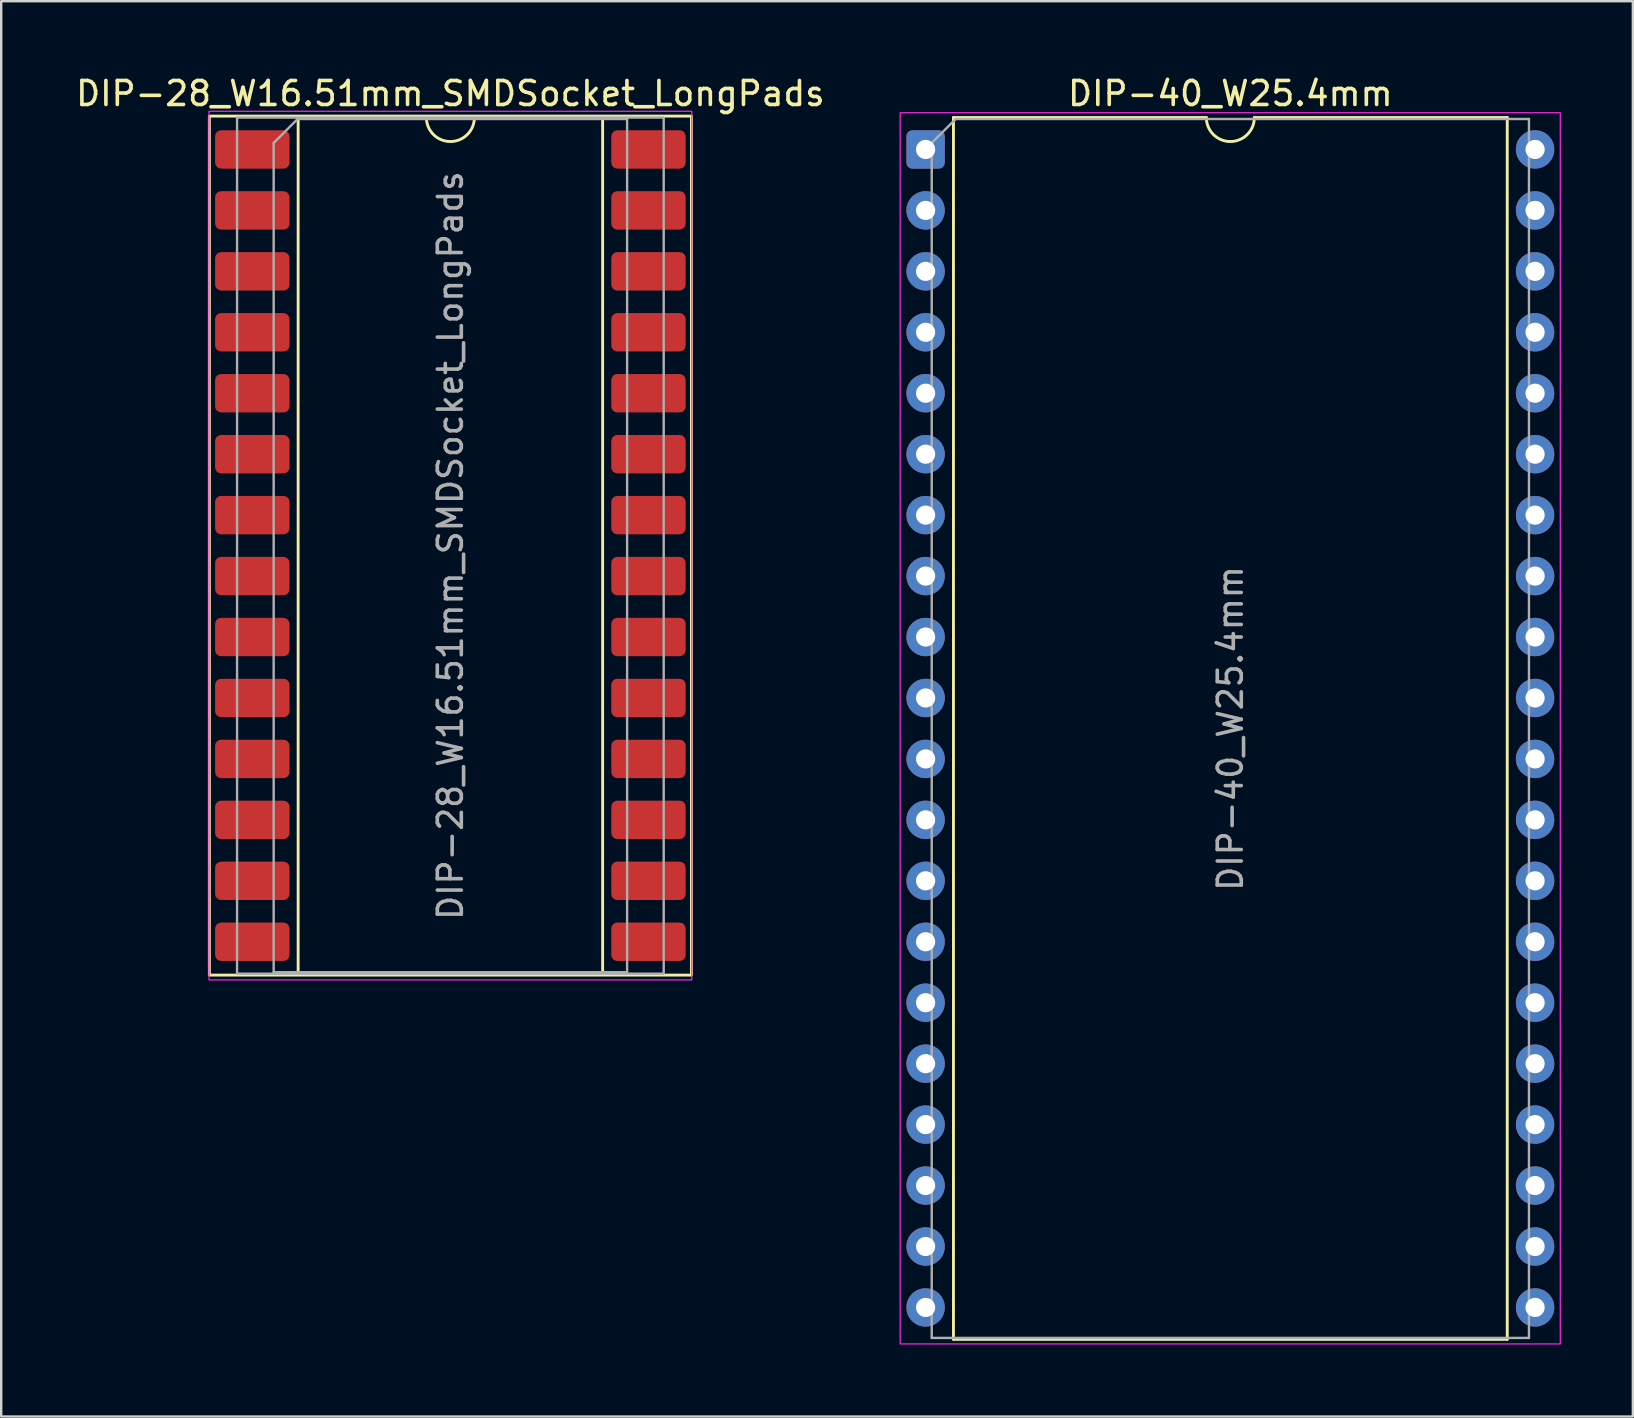
<source format=kicad_pcb>
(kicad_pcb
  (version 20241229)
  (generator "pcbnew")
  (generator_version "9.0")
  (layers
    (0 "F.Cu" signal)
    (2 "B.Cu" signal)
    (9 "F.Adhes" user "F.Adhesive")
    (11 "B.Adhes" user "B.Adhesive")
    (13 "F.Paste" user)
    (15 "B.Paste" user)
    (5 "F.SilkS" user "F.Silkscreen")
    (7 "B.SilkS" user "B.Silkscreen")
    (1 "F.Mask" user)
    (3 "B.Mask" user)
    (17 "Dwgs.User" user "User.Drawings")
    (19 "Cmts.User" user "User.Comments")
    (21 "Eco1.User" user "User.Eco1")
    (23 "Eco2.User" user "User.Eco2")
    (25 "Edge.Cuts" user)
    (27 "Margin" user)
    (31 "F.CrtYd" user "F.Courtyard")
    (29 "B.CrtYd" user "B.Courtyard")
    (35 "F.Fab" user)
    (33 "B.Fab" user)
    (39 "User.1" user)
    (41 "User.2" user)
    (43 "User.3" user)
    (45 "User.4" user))
  (footprint "DIP-40_W25.4mm"
    (layer "F.Cu")
    (at 35.525 3.178)
    (property "Reference" "DIP-40_W25.4mm" (at 12.7 -2.33 0) (layer "F.SilkS") (effects (font (size 1 1) (thickness 0.15))))
    (attr through_hole)
    (fp_line (start 1.16 -1.33) (end 1.16 49.59) (stroke (width 0.12) (type solid)) (layer "F.SilkS"))
    (fp_line (start 1.16 49.59) (end 24.24 49.59) (stroke (width 0.12) (type solid)) (layer "F.SilkS"))
    (fp_line (start 11.7 -1.33) (end 1.16 -1.33) (stroke (width 0.12) (type solid)) (layer "F.SilkS"))
    (fp_line (start 24.24 -1.33) (end 13.7 -1.33) (stroke (width 0.12) (type solid)) (layer "F.SilkS"))
    (fp_line (start 24.24 49.59) (end 24.24 -1.33) (stroke (width 0.12) (type solid)) (layer "F.SilkS"))
    (fp_arc (start 13.7 -1.33) (mid 12.7 -0.33) (end 11.7 -1.33) (stroke (width 0.12) (type solid)) (layer "F.SilkS"))
    (fp_rect (start -1.06 -1.53) (end 26.45 49.78) (stroke (width 0.05) (type solid)) (fill no) (layer "F.CrtYd"))
    (fp_line (start 0.255 -0.27) (end 1.255 -1.27) (stroke (width 0.1) (type solid)) (layer "F.Fab"))
    (fp_line (start 0.255 49.53) (end 0.255 -0.27) (stroke (width 0.1) (type solid)) (layer "F.Fab"))
    (fp_line (start 1.255 -1.27) (end 25.145 -1.27) (stroke (width 0.1) (type solid)) (layer "F.Fab"))
    (fp_line (start 25.145 -1.27) (end 25.145 49.53) (stroke (width 0.1) (type solid)) (layer "F.Fab"))
    (fp_line (start 25.145 49.53) (end 0.255 49.53) (stroke (width 0.1) (type solid)) (layer "F.Fab"))
    (fp_text user "${REFERENCE}" (at 12.7 24.13 90) (layer "F.Fab") (effects (font (size 1 1) (thickness 0.15))))
    (pad "1" thru_hole roundrect (at 0 0) (size 1.6 1.6) (drill 0.8) (layers "*.Cu" "*.Mask") (roundrect_rratio 0.156))
    (pad "2" thru_hole circle (at 0 2.54) (size 1.6 1.6) (drill 0.8) (layers "*.Cu" "*.Mask"))
    (pad "3" thru_hole circle (at 0 5.08) (size 1.6 1.6) (drill 0.8) (layers "*.Cu" "*.Mask"))
    (pad "4" thru_hole circle (at 0 7.62) (size 1.6 1.6) (drill 0.8) (layers "*.Cu" "*.Mask"))
    (pad "5" thru_hole circle (at 0 10.16) (size 1.6 1.6) (drill 0.8) (layers "*.Cu" "*.Mask"))
    (pad "6" thru_hole circle (at 0 12.7) (size 1.6 1.6) (drill 0.8) (layers "*.Cu" "*.Mask"))
    (pad "7" thru_hole circle (at 0 15.24) (size 1.6 1.6) (drill 0.8) (layers "*.Cu" "*.Mask"))
    (pad "8" thru_hole circle (at 0 17.78) (size 1.6 1.6) (drill 0.8) (layers "*.Cu" "*.Mask"))
    (pad "9" thru_hole circle (at 0 20.32) (size 1.6 1.6) (drill 0.8) (layers "*.Cu" "*.Mask"))
    (pad "10" thru_hole circle (at 0 22.86) (size 1.6 1.6) (drill 0.8) (layers "*.Cu" "*.Mask"))
    (pad "11" thru_hole circle (at 0 25.4) (size 1.6 1.6) (drill 0.8) (layers "*.Cu" "*.Mask"))
    (pad "12" thru_hole circle (at 0 27.94) (size 1.6 1.6) (drill 0.8) (layers "*.Cu" "*.Mask"))
    (pad "13" thru_hole circle (at 0 30.48) (size 1.6 1.6) (drill 0.8) (layers "*.Cu" "*.Mask"))
    (pad "14" thru_hole circle (at 0 33.02) (size 1.6 1.6) (drill 0.8) (layers "*.Cu" "*.Mask"))
    (pad "15" thru_hole circle (at 0 35.56) (size 1.6 1.6) (drill 0.8) (layers "*.Cu" "*.Mask"))
    (pad "16" thru_hole circle (at 0 38.1) (size 1.6 1.6) (drill 0.8) (layers "*.Cu" "*.Mask"))
    (pad "17" thru_hole circle (at 0 40.64) (size 1.6 1.6) (drill 0.8) (layers "*.Cu" "*.Mask"))
    (pad "18" thru_hole circle (at 0 43.18) (size 1.6 1.6) (drill 0.8) (layers "*.Cu" "*.Mask"))
    (pad "19" thru_hole circle (at 0 45.72) (size 1.6 1.6) (drill 0.8) (layers "*.Cu" "*.Mask"))
    (pad "20" thru_hole circle (at 0 48.26) (size 1.6 1.6) (drill 0.8) (layers "*.Cu" "*.Mask"))
    (pad "21" thru_hole circle (at 25.4 48.26) (size 1.6 1.6) (drill 0.8) (layers "*.Cu" "*.Mask"))
    (pad "22" thru_hole circle (at 25.4 45.72) (size 1.6 1.6) (drill 0.8) (layers "*.Cu" "*.Mask"))
    (pad "23" thru_hole circle (at 25.4 43.18) (size 1.6 1.6) (drill 0.8) (layers "*.Cu" "*.Mask"))
    (pad "24" thru_hole circle (at 25.4 40.64) (size 1.6 1.6) (drill 0.8) (layers "*.Cu" "*.Mask"))
    (pad "25" thru_hole circle (at 25.4 38.1) (size 1.6 1.6) (drill 0.8) (layers "*.Cu" "*.Mask"))
    (pad "26" thru_hole circle (at 25.4 35.56) (size 1.6 1.6) (drill 0.8) (layers "*.Cu" "*.Mask"))
    (pad "27" thru_hole circle (at 25.4 33.02) (size 1.6 1.6) (drill 0.8) (layers "*.Cu" "*.Mask"))
    (pad "28" thru_hole circle (at 25.4 30.48) (size 1.6 1.6) (drill 0.8) (layers "*.Cu" "*.Mask"))
    (pad "29" thru_hole circle (at 25.4 27.94) (size 1.6 1.6) (drill 0.8) (layers "*.Cu" "*.Mask"))
    (pad "30" thru_hole circle (at 25.4 25.4) (size 1.6 1.6) (drill 0.8) (layers "*.Cu" "*.Mask"))
    (pad "31" thru_hole circle (at 25.4 22.86) (size 1.6 1.6) (drill 0.8) (layers "*.Cu" "*.Mask"))
    (pad "32" thru_hole circle (at 25.4 20.32) (size 1.6 1.6) (drill 0.8) (layers "*.Cu" "*.Mask"))
    (pad "33" thru_hole circle (at 25.4 17.78) (size 1.6 1.6) (drill 0.8) (layers "*.Cu" "*.Mask"))
    (pad "34" thru_hole circle (at 25.4 15.24) (size 1.6 1.6) (drill 0.8) (layers "*.Cu" "*.Mask"))
    (pad "35" thru_hole circle (at 25.4 12.7) (size 1.6 1.6) (drill 0.8) (layers "*.Cu" "*.Mask"))
    (pad "36" thru_hole circle (at 25.4 10.16) (size 1.6 1.6) (drill 0.8) (layers "*.Cu" "*.Mask"))
    (pad "37" thru_hole circle (at 25.4 7.62) (size 1.6 1.6) (drill 0.8) (layers "*.Cu" "*.Mask"))
    (pad "38" thru_hole circle (at 25.4 5.08) (size 1.6 1.6) (drill 0.8) (layers "*.Cu" "*.Mask"))
    (pad "39" thru_hole circle (at 25.4 2.54) (size 1.6 1.6) (drill 0.8) (layers "*.Cu" "*.Mask"))
    (pad "40" thru_hole circle (at 25.4 0) (size 1.6 1.6) (drill 0.8) (layers "*.Cu" "*.Mask")))
  (footprint "DIP-28_W16.51mm_SMDSocket_LongPads"
    (layer "F.Cu")
    (at 15.72 19.688)
    (property "Reference" "DIP-28_W16.51mm_SMDSocket_LongPads" (at 0 -18.84 0) (layer "F.SilkS") (effects (font (size 1 1) (thickness 0.15))))
    (attr smd)
    (fp_line (start -6.345 -17.84) (end -6.345 17.84) (stroke (width 0.12) (type solid)) (layer "F.SilkS"))
    (fp_line (start -6.345 17.84) (end 6.345 17.84) (stroke (width 0.12) (type solid)) (layer "F.SilkS"))
    (fp_line (start -1 -17.84) (end -6.345 -17.84) (stroke (width 0.12) (type solid)) (layer "F.SilkS"))
    (fp_line (start 6.345 -17.84) (end 1 -17.84) (stroke (width 0.12) (type solid)) (layer "F.SilkS"))
    (fp_line (start 6.345 17.84) (end 6.345 -17.84) (stroke (width 0.12) (type solid)) (layer "F.SilkS"))
    (fp_rect (start -10.045 -17.9) (end 10.045 17.9) (stroke (width 0.12) (type solid)) (fill no) (layer "F.SilkS"))
    (fp_arc (start 1 -17.84) (mid 0 -16.84) (end -1 -17.84) (stroke (width 0.12) (type solid)) (layer "F.SilkS"))
    (fp_rect (start -10.06 -18.1) (end 10.06 18.1) (stroke (width 0.05) (type solid)) (fill no) (layer "F.CrtYd"))
    (fp_line (start -7.365 -16.78) (end -6.365 -17.78) (stroke (width 0.1) (type solid)) (layer "F.Fab"))
    (fp_line (start -7.365 17.78) (end -7.365 -16.78) (stroke (width 0.1) (type solid)) (layer "F.Fab"))
    (fp_line (start -6.365 -17.78) (end 7.365 -17.78) (stroke (width 0.1) (type solid)) (layer "F.Fab"))
    (fp_line (start 7.365 -17.78) (end 7.365 17.78) (stroke (width 0.1) (type solid)) (layer "F.Fab"))
    (fp_line (start 7.365 17.78) (end -7.365 17.78) (stroke (width 0.1) (type solid)) (layer "F.Fab"))
    (fp_rect (start -8.89 -17.84) (end 8.89 17.84) (stroke (width 0.1) (type solid)) (fill no) (layer "F.Fab"))
    (fp_text user "${REFERENCE}" (at 0 0 90) (layer "F.Fab") (effects (font (size 1 1) (thickness 0.15))))
    (pad "1" smd roundrect (at -8.255 -16.51) (size 3.1 1.6) (layers "F.Cu" "F.Mask" "F.Paste") (roundrect_rratio 0.156))
    (pad "2" smd roundrect (at -8.255 -13.97) (size 3.1 1.6) (layers "F.Cu" "F.Mask" "F.Paste") (roundrect_rratio 0.156))
    (pad "3" smd roundrect (at -8.255 -11.43) (size 3.1 1.6) (layers "F.Cu" "F.Mask" "F.Paste") (roundrect_rratio 0.156))
    (pad "4" smd roundrect (at -8.255 -8.89) (size 3.1 1.6) (layers "F.Cu" "F.Mask" "F.Paste") (roundrect_rratio 0.156))
    (pad "5" smd roundrect (at -8.255 -6.35) (size 3.1 1.6) (layers "F.Cu" "F.Mask" "F.Paste") (roundrect_rratio 0.156))
    (pad "6" smd roundrect (at -8.255 -3.81) (size 3.1 1.6) (layers "F.Cu" "F.Mask" "F.Paste") (roundrect_rratio 0.156))
    (pad "7" smd roundrect (at -8.255 -1.27) (size 3.1 1.6) (layers "F.Cu" "F.Mask" "F.Paste") (roundrect_rratio 0.156))
    (pad "8" smd roundrect (at -8.255 1.27) (size 3.1 1.6) (layers "F.Cu" "F.Mask" "F.Paste") (roundrect_rratio 0.156))
    (pad "9" smd roundrect (at -8.255 3.81) (size 3.1 1.6) (layers "F.Cu" "F.Mask" "F.Paste") (roundrect_rratio 0.156))
    (pad "10" smd roundrect (at -8.255 6.35) (size 3.1 1.6) (layers "F.Cu" "F.Mask" "F.Paste") (roundrect_rratio 0.156))
    (pad "11" smd roundrect (at -8.255 8.89) (size 3.1 1.6) (layers "F.Cu" "F.Mask" "F.Paste") (roundrect_rratio 0.156))
    (pad "12" smd roundrect (at -8.255 11.43) (size 3.1 1.6) (layers "F.Cu" "F.Mask" "F.Paste") (roundrect_rratio 0.156))
    (pad "13" smd roundrect (at -8.255 13.97) (size 3.1 1.6) (layers "F.Cu" "F.Mask" "F.Paste") (roundrect_rratio 0.156))
    (pad "14" smd roundrect (at -8.255 16.51) (size 3.1 1.6) (layers "F.Cu" "F.Mask" "F.Paste") (roundrect_rratio 0.156))
    (pad "15" smd roundrect (at 8.255 16.51) (size 3.1 1.6) (layers "F.Cu" "F.Mask" "F.Paste") (roundrect_rratio 0.156))
    (pad "16" smd roundrect (at 8.255 13.97) (size 3.1 1.6) (layers "F.Cu" "F.Mask" "F.Paste") (roundrect_rratio 0.156))
    (pad "17" smd roundrect (at 8.255 11.43) (size 3.1 1.6) (layers "F.Cu" "F.Mask" "F.Paste") (roundrect_rratio 0.156))
    (pad "18" smd roundrect (at 8.255 8.89) (size 3.1 1.6) (layers "F.Cu" "F.Mask" "F.Paste") (roundrect_rratio 0.156))
    (pad "19" smd roundrect (at 8.255 6.35) (size 3.1 1.6) (layers "F.Cu" "F.Mask" "F.Paste") (roundrect_rratio 0.156))
    (pad "20" smd roundrect (at 8.255 3.81) (size 3.1 1.6) (layers "F.Cu" "F.Mask" "F.Paste") (roundrect_rratio 0.156))
    (pad "21" smd roundrect (at 8.255 1.27) (size 3.1 1.6) (layers "F.Cu" "F.Mask" "F.Paste") (roundrect_rratio 0.156))
    (pad "22" smd roundrect (at 8.255 -1.27) (size 3.1 1.6) (layers "F.Cu" "F.Mask" "F.Paste") (roundrect_rratio 0.156))
    (pad "23" smd roundrect (at 8.255 -3.81) (size 3.1 1.6) (layers "F.Cu" "F.Mask" "F.Paste") (roundrect_rratio 0.156))
    (pad "24" smd roundrect (at 8.255 -6.35) (size 3.1 1.6) (layers "F.Cu" "F.Mask" "F.Paste") (roundrect_rratio 0.156))
    (pad "25" smd roundrect (at 8.255 -8.89) (size 3.1 1.6) (layers "F.Cu" "F.Mask" "F.Paste") (roundrect_rratio 0.156))
    (pad "26" smd roundrect (at 8.255 -11.43) (size 3.1 1.6) (layers "F.Cu" "F.Mask" "F.Paste") (roundrect_rratio 0.156))
    (pad "27" smd roundrect (at 8.255 -13.97) (size 3.1 1.6) (layers "F.Cu" "F.Mask" "F.Paste") (roundrect_rratio 0.156))
    (pad "28" smd roundrect (at 8.255 -16.51) (size 3.1 1.6) (layers "F.Cu" "F.Mask" "F.Paste") (roundrect_rratio 0.156)))
  (gr_rect
    (start -3 -3)
    (end 65 55.983)
    (stroke (width 0.1) (type default))
    (fill no)
    (layer "Edge.Cuts")))
</source>
